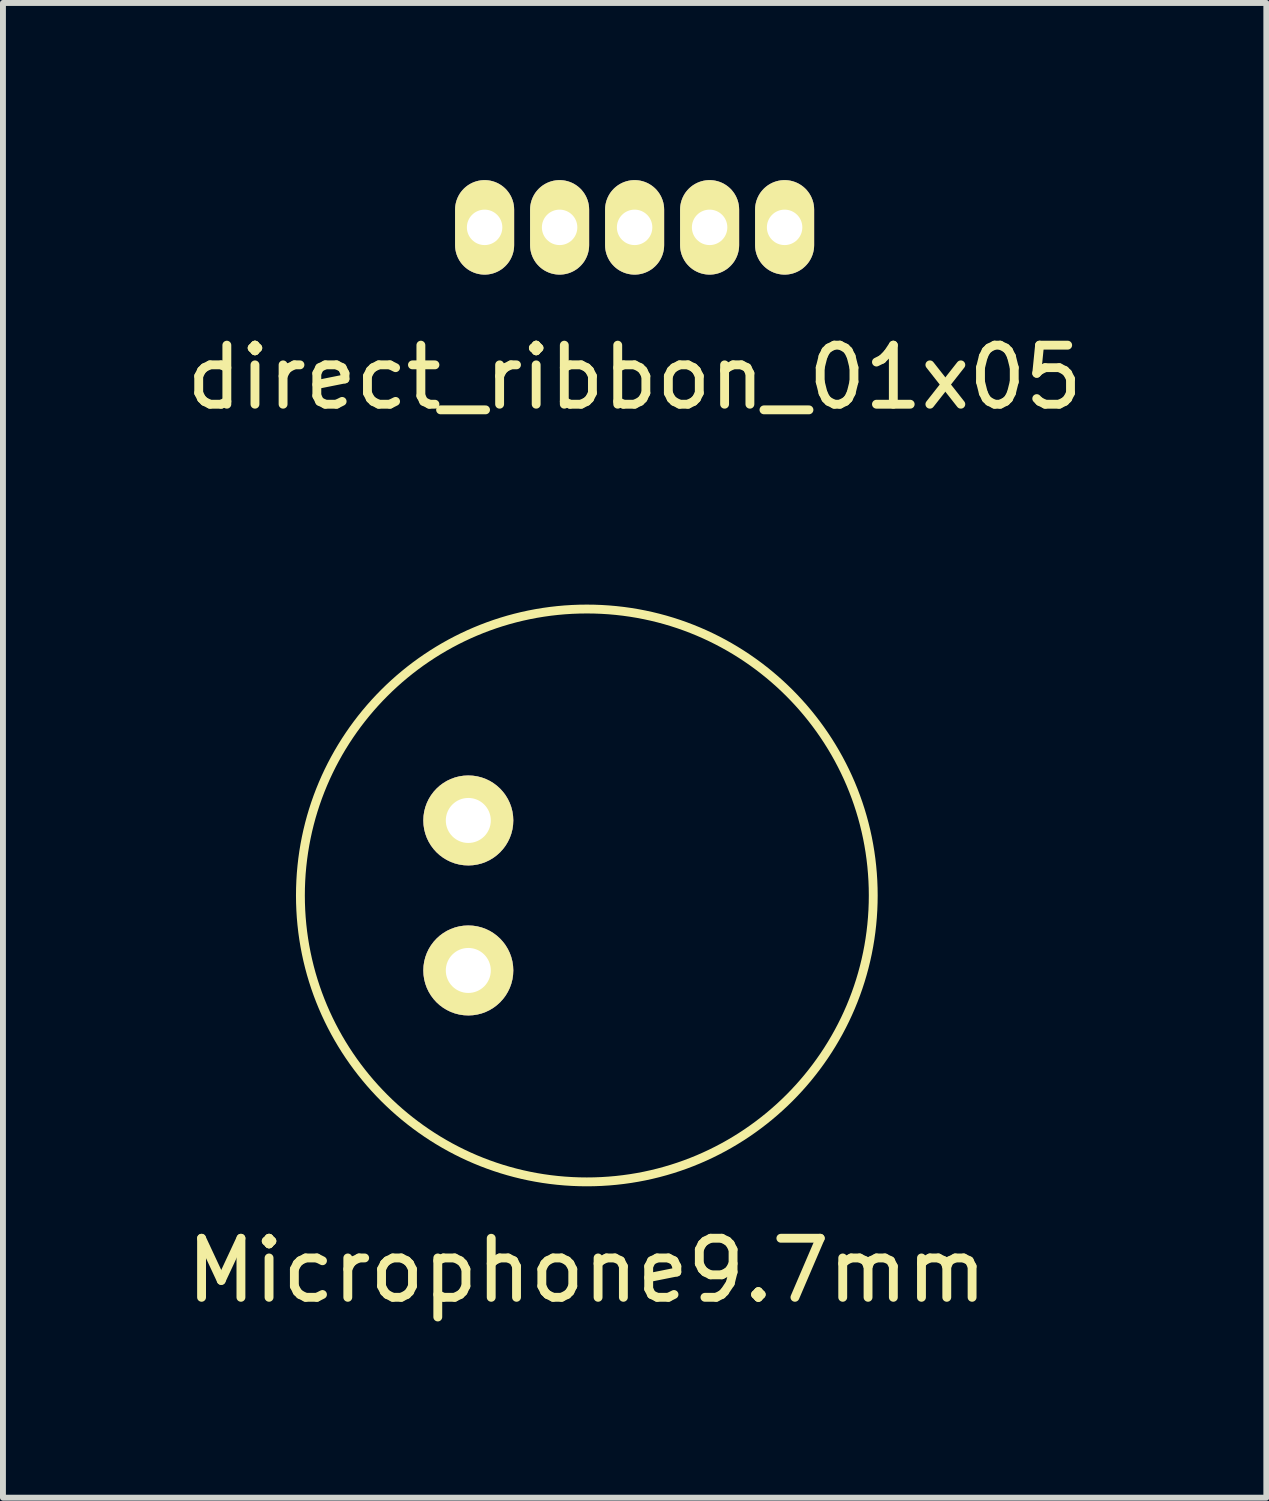
<source format=kicad_pcb>
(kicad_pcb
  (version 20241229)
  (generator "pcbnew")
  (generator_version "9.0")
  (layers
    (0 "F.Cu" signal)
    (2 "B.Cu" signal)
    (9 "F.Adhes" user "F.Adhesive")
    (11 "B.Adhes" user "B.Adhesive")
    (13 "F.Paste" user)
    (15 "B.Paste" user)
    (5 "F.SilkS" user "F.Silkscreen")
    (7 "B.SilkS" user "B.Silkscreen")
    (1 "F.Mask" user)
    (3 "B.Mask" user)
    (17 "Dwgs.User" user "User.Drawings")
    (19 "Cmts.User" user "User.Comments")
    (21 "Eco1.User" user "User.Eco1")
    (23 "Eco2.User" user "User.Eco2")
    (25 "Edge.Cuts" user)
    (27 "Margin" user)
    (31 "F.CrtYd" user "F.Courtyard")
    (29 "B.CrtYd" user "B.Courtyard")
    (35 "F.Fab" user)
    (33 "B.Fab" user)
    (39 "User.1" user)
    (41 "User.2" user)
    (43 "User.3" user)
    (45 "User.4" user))
  (footprint "direct_ribbon_01x05"
    (layer "F.Cu")
    (at 7.696 0.8)
    (property "Reference" "direct_ribbon_01x05" (at 0 2.54 0) (layer "F.SilkS") (effects (font (size 1 1) (thickness 0.15))))
    (attr through_hole)
    (pad "1" thru_hole oval (at -2.54 0) (size 1 1.6) (drill 0.6) (layers "*.Cu" "*.Mask" "F.SilkS"))
    (pad "2" thru_hole oval (at -1.27 0) (size 1 1.6) (drill 0.6) (layers "*.Cu" "*.Mask" "F.SilkS"))
    (pad "3" thru_hole oval (at 0 0) (size 1 1.6) (drill 0.6) (layers "*.Cu" "*.Mask" "F.SilkS"))
    (pad "4" thru_hole oval (at 1.27 0) (size 1 1.6) (drill 0.6) (layers "*.Cu" "*.Mask" "F.SilkS"))
    (pad "5" thru_hole oval (at 2.54 0) (size 1 1.6) (drill 0.6) (layers "*.Cu" "*.Mask" "F.SilkS")))
  (footprint "Microphone9.7mm"
    (layer "F.Cu")
    (at 6.887 12.113)
    (property "Reference" "Microphone9.7mm" (at 0 6.35 0) (layer "F.SilkS") (effects (font (size 1 1) (thickness 0.15))))
    (attr through_hole)
    (fp_circle (center 0 0) (end 4.85 0) (stroke (width 0.15) (type solid)) (fill no) (layer "F.SilkS"))
    (pad "1" thru_hole circle (at -2.007 -1.27) (size 1.524 1.524) (drill 0.762) (layers "*.Cu" "*.Mask" "F.SilkS"))
    (pad "2" thru_hole circle (at -2.007 1.27) (size 1.524 1.524) (drill 0.762) (layers "*.Cu" "*.Mask" "F.SilkS")))
  (gr_rect
    (start -3 -3)
    (end 18.393 22.311)
    (stroke (width 0.1) (type default))
    (fill no)
    (layer "Edge.Cuts")))
</source>
